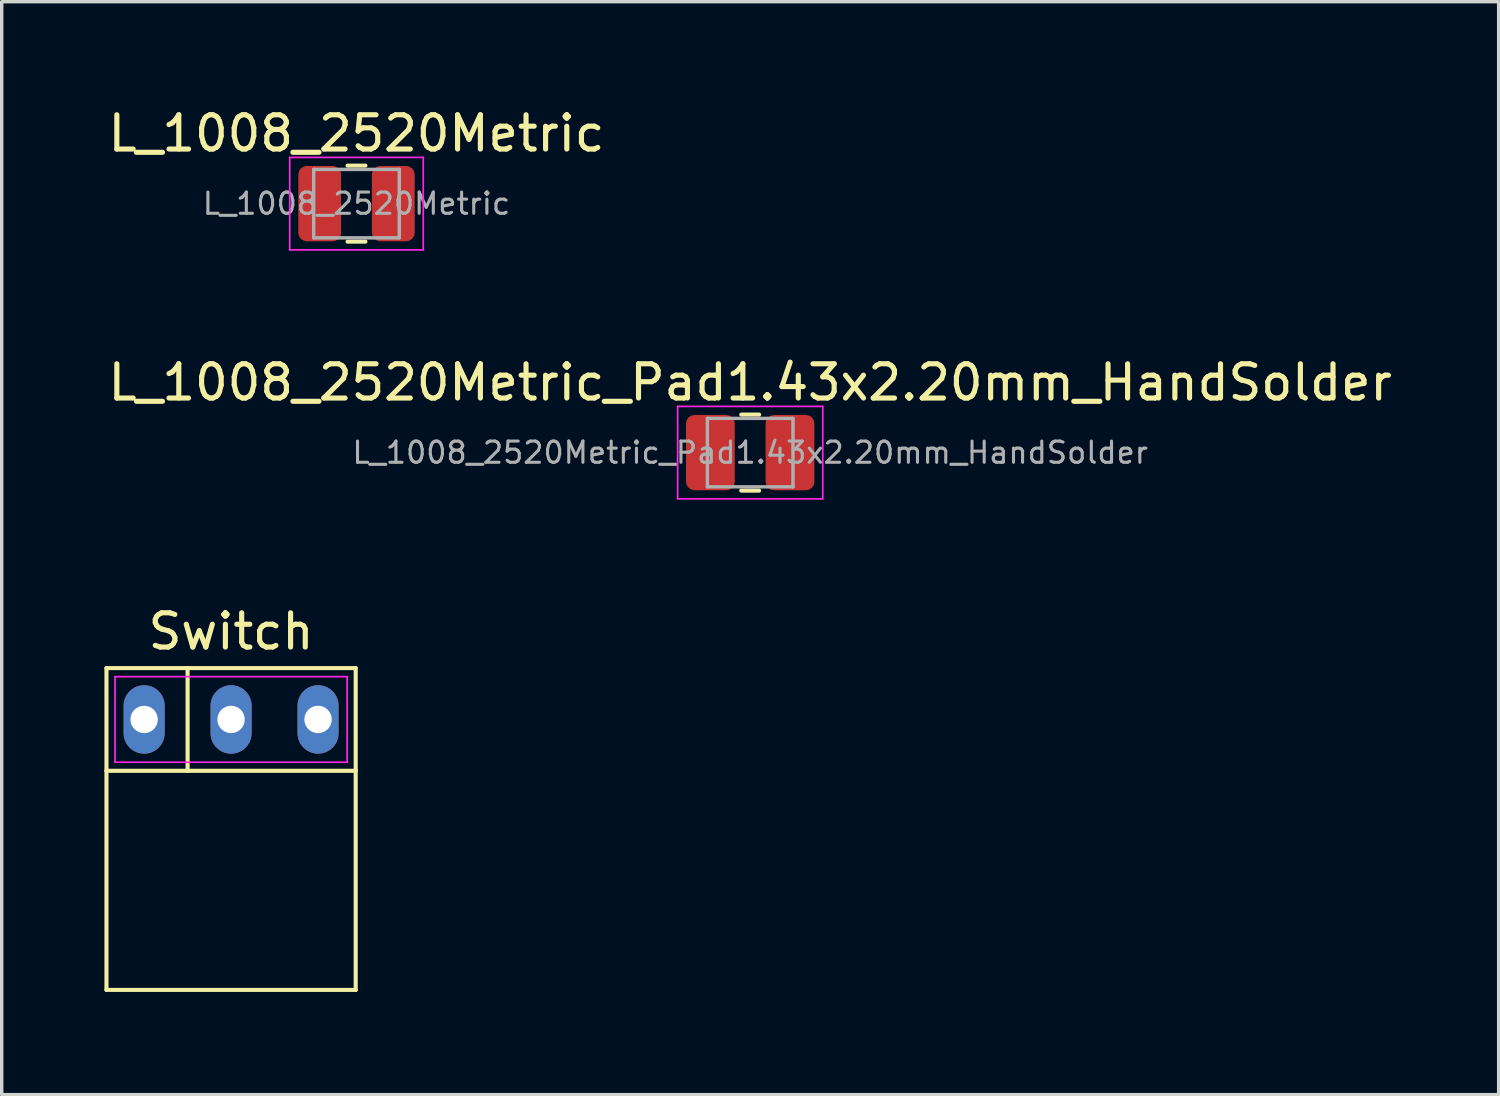
<source format=kicad_pcb>
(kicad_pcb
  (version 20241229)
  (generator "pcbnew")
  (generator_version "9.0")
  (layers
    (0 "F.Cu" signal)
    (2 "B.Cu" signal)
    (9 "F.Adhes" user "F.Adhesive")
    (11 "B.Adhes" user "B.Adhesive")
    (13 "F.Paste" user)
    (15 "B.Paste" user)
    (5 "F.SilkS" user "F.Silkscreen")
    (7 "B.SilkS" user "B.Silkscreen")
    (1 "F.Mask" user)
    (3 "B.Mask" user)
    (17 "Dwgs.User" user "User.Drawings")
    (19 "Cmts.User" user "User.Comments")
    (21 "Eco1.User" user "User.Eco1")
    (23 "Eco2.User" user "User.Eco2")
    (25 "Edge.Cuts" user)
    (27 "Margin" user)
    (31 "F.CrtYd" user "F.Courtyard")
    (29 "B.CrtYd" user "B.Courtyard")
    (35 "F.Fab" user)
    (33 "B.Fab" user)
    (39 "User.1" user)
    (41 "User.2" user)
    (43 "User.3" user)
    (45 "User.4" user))
  (footprint "Switch"
    (layer "F.Cu")
    (at 3.7 17.965)
    (property "Reference" "Switch" (at 0 -2.57 0) (layer "F.SilkS") (effects (font (size 1 1) (thickness 0.15))))
    (attr through_hole)
    (fp_line (start -3.64 -1.5) (end 3.64 -1.5) (stroke (width 0.12) (type solid)) (layer "F.SilkS"))
    (fp_line (start -3.64 1.5) (end -3.64 -1.5) (stroke (width 0.12) (type solid)) (layer "F.SilkS"))
    (fp_line (start -3.64 1.5) (end -3.64 7.9) (stroke (width 0.12) (type solid)) (layer "F.SilkS"))
    (fp_line (start -1.27 -1.5) (end -1.27 1.5) (stroke (width 0.12) (type solid)) (layer "F.SilkS"))
    (fp_line (start 3.64 -1.5) (end 3.64 1.5) (stroke (width 0.12) (type solid)) (layer "F.SilkS"))
    (fp_line (start 3.64 1.5) (end -3.64 1.5) (stroke (width 0.12) (type solid)) (layer "F.SilkS"))
    (fp_line (start 3.64 1.5) (end 3.64 7.9) (stroke (width 0.12) (type solid)) (layer "F.SilkS"))
    (fp_line (start 3.64 7.9) (end -3.64 7.9) (stroke (width 0.12) (type solid)) (layer "F.SilkS"))
    (fp_line (start -3.39 -1.25) (end 3.39 -1.25) (stroke (width 0.05) (type solid)) (layer "F.CrtYd"))
    (fp_line (start -3.39 1.25) (end -3.39 -1.25) (stroke (width 0.05) (type solid)) (layer "F.CrtYd"))
    (fp_line (start 3.39 -1.25) (end 3.39 1.25) (stroke (width 0.05) (type solid)) (layer "F.CrtYd"))
    (fp_line (start 3.39 1.25) (end -3.39 1.25) (stroke (width 0.05) (type solid)) (layer "F.CrtYd"))
    (pad "1" thru_hole oval (at -2.54 0) (size 1.2 2) (drill 0.8) (layers "*.Cu" "*.Mask"))
    (pad "2" thru_hole oval (at 0 0) (size 1.2 2) (drill 0.8) (layers "*.Cu" "*.Mask"))
    (pad "3" thru_hole oval (at 2.54 0) (size 1.2 2) (drill 0.8) (layers "*.Cu" "*.Mask")))
  (footprint "L_1008_2520Metric"
    (layer "F.Cu")
    (at 7.363 2.898)
    (property "Reference" "L_1008_2520Metric" (at 0 -2.05 0) (layer "F.SilkS") (effects (font (size 1 1) (thickness 0.15))))
    (attr smd)
    (fp_line (start -0.261 -1.11) (end 0.261 -1.11) (stroke (width 0.12) (type solid)) (layer "F.SilkS"))
    (fp_line (start -0.261 1.11) (end 0.261 1.11) (stroke (width 0.12) (type solid)) (layer "F.SilkS"))
    (fp_line (start -1.95 -1.35) (end 1.95 -1.35) (stroke (width 0.05) (type solid)) (layer "F.CrtYd"))
    (fp_line (start -1.95 1.35) (end -1.95 -1.35) (stroke (width 0.05) (type solid)) (layer "F.CrtYd"))
    (fp_line (start 1.95 -1.35) (end 1.95 1.35) (stroke (width 0.05) (type solid)) (layer "F.CrtYd"))
    (fp_line (start 1.95 1.35) (end -1.95 1.35) (stroke (width 0.05) (type solid)) (layer "F.CrtYd"))
    (fp_line (start -1.25 -1) (end 1.25 -1) (stroke (width 0.1) (type solid)) (layer "F.Fab"))
    (fp_line (start -1.25 1) (end -1.25 -1) (stroke (width 0.1) (type solid)) (layer "F.Fab"))
    (fp_line (start 1.25 -1) (end 1.25 1) (stroke (width 0.1) (type solid)) (layer "F.Fab"))
    (fp_line (start 1.25 1) (end -1.25 1) (stroke (width 0.1) (type solid)) (layer "F.Fab"))
    (fp_text user "${REFERENCE}" (at 0 0 0) (layer "F.Fab") (effects (font (size 0.62 0.62) (thickness 0.09))))
    (pad "1" smd roundrect (at -1.075 0) (size 1.25 2.2) (layers "F.Cu" "F.Mask" "F.Paste") (roundrect_rratio 0.2))
    (pad "2" smd roundrect (at 1.075 0) (size 1.25 2.2) (layers "F.Cu" "F.Mask" "F.Paste") (roundrect_rratio 0.2)))
  (footprint "L_1008_2520Metric_Pad1.43x2.20mm_HandSolder"
    (layer "F.Cu")
    (at 18.863 10.171)
    (property "Reference" "L_1008_2520Metric_Pad1.43x2.20mm_HandSolder" (at 0 -2.05 0) (layer "F.SilkS") (effects (font (size 1 1) (thickness 0.15))))
    (attr smd)
    (fp_line (start -0.261 -1.11) (end 0.261 -1.11) (stroke (width 0.12) (type solid)) (layer "F.SilkS"))
    (fp_line (start -0.261 1.11) (end 0.261 1.11) (stroke (width 0.12) (type solid)) (layer "F.SilkS"))
    (fp_line (start -2.12 -1.35) (end 2.12 -1.35) (stroke (width 0.05) (type solid)) (layer "F.CrtYd"))
    (fp_line (start -2.12 1.35) (end -2.12 -1.35) (stroke (width 0.05) (type solid)) (layer "F.CrtYd"))
    (fp_line (start 2.12 -1.35) (end 2.12 1.35) (stroke (width 0.05) (type solid)) (layer "F.CrtYd"))
    (fp_line (start 2.12 1.35) (end -2.12 1.35) (stroke (width 0.05) (type solid)) (layer "F.CrtYd"))
    (fp_line (start -1.25 -1) (end 1.25 -1) (stroke (width 0.1) (type solid)) (layer "F.Fab"))
    (fp_line (start -1.25 1) (end -1.25 -1) (stroke (width 0.1) (type solid)) (layer "F.Fab"))
    (fp_line (start 1.25 -1) (end 1.25 1) (stroke (width 0.1) (type solid)) (layer "F.Fab"))
    (fp_line (start 1.25 1) (end -1.25 1) (stroke (width 0.1) (type solid)) (layer "F.Fab"))
    (fp_text user "${REFERENCE}" (at 0 0 0) (layer "F.Fab") (effects (font (size 0.62 0.62) (thickness 0.09))))
    (pad "1" smd roundrect (at -1.163 0) (size 1.425 2.2) (layers "F.Cu" "F.Mask" "F.Paste") (roundrect_rratio 0.175))
    (pad "2" smd roundrect (at 1.163 0) (size 1.425 2.2) (layers "F.Cu" "F.Mask" "F.Paste") (roundrect_rratio 0.175)))
  (gr_rect
    (start -3 -3)
    (end 40.726 28.925)
    (stroke (width 0.1) (type default))
    (fill no)
    (layer "Edge.Cuts")))
</source>
